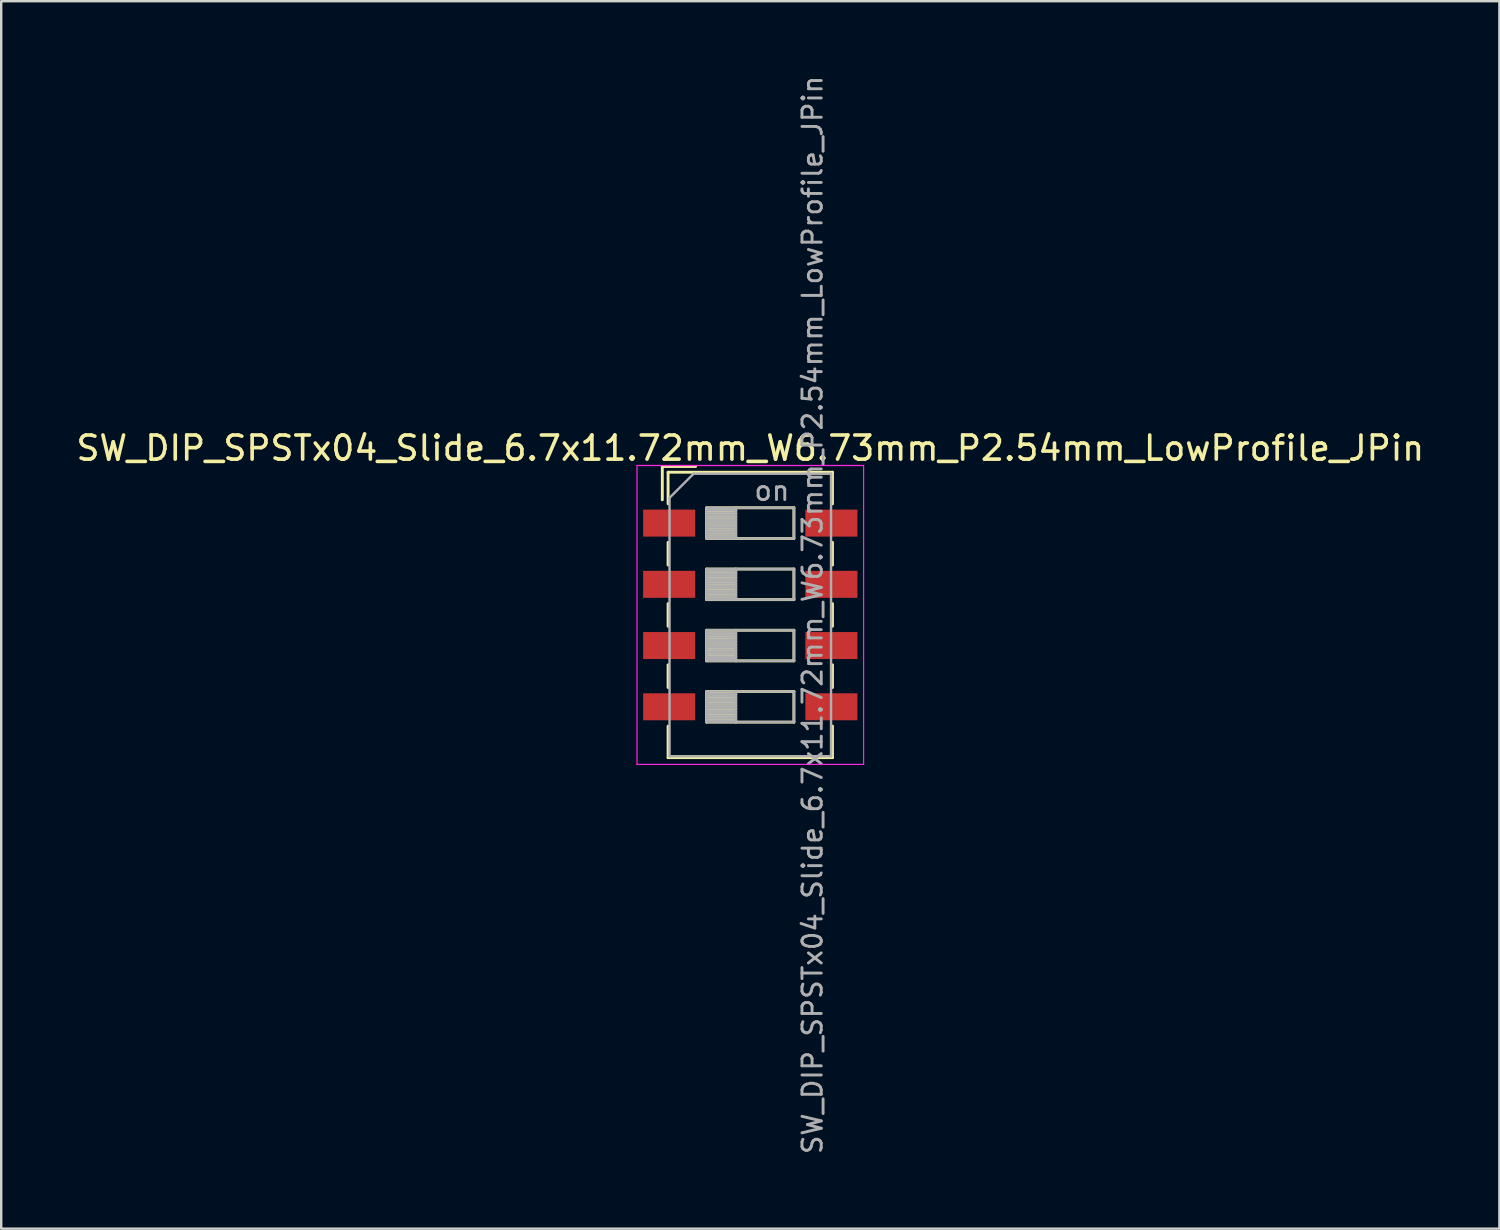
<source format=kicad_pcb>
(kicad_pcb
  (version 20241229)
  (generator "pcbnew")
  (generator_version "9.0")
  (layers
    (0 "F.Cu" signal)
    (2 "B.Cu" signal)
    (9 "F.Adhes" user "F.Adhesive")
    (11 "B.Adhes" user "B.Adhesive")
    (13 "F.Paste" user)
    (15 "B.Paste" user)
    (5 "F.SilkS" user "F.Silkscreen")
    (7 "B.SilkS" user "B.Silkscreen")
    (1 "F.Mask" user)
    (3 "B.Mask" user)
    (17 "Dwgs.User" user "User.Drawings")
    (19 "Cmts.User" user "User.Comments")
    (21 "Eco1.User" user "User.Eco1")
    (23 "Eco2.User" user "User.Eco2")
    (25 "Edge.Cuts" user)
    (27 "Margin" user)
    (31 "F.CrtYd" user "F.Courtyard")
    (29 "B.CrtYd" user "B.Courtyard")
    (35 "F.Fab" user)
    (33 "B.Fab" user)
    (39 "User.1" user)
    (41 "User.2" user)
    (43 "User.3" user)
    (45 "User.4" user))
  (footprint "SW_DIP_SPSTx04_Slide_6.7x11.72mm_W6.73mm_P2.54mm_LowProfile_JPin"
    (layer "F.Cu")
    (at 28.077 22.462)
    (property "Reference" "SW_DIP_SPSTx04_Slide_6.7x11.72mm_W6.73mm_P2.54mm_LowProfile_JPin" (at 0 -6.92 0) (layer "F.SilkS") (effects (font (size 1 1) (thickness 0.15))))
    (attr smd)
    (fp_line (start -3.65 -6.16) (end -3.65 -4.777) (stroke (width 0.12) (type solid)) (layer "F.SilkS"))
    (fp_line (start -3.65 -6.16) (end -2.267 -6.16) (stroke (width 0.12) (type solid)) (layer "F.SilkS"))
    (fp_line (start -3.41 -5.92) (end -3.41 -4.61) (stroke (width 0.12) (type solid)) (layer "F.SilkS"))
    (fp_line (start -3.41 -5.92) (end 3.41 -5.92) (stroke (width 0.12) (type solid)) (layer "F.SilkS"))
    (fp_line (start -3.41 -3.01) (end -3.41 -2.07) (stroke (width 0.12) (type solid)) (layer "F.SilkS"))
    (fp_line (start -3.41 -0.47) (end -3.41 0.47) (stroke (width 0.12) (type solid)) (layer "F.SilkS"))
    (fp_line (start -3.41 2.07) (end -3.41 3.01) (stroke (width 0.12) (type solid)) (layer "F.SilkS"))
    (fp_line (start -3.41 4.61) (end -3.41 5.92) (stroke (width 0.12) (type solid)) (layer "F.SilkS"))
    (fp_line (start -3.41 5.92) (end 3.41 5.92) (stroke (width 0.12) (type solid)) (layer "F.SilkS"))
    (fp_line (start -1.81 -4.445) (end -1.81 -3.175) (stroke (width 0.12) (type solid)) (layer "F.SilkS"))
    (fp_line (start -1.81 -4.325) (end -0.603 -4.325) (stroke (width 0.12) (type solid)) (layer "F.SilkS"))
    (fp_line (start -1.81 -4.205) (end -0.603 -4.205) (stroke (width 0.12) (type solid)) (layer "F.SilkS"))
    (fp_line (start -1.81 -4.085) (end -0.603 -4.085) (stroke (width 0.12) (type solid)) (layer "F.SilkS"))
    (fp_line (start -1.81 -3.965) (end -0.603 -3.965) (stroke (width 0.12) (type solid)) (layer "F.SilkS"))
    (fp_line (start -1.81 -3.845) (end -0.603 -3.845) (stroke (width 0.12) (type solid)) (layer "F.SilkS"))
    (fp_line (start -1.81 -3.725) (end -0.603 -3.725) (stroke (width 0.12) (type solid)) (layer "F.SilkS"))
    (fp_line (start -1.81 -3.605) (end -0.603 -3.605) (stroke (width 0.12) (type solid)) (layer "F.SilkS"))
    (fp_line (start -1.81 -3.485) (end -0.603 -3.485) (stroke (width 0.12) (type solid)) (layer "F.SilkS"))
    (fp_line (start -1.81 -3.365) (end -0.603 -3.365) (stroke (width 0.12) (type solid)) (layer "F.SilkS"))
    (fp_line (start -1.81 -3.245) (end -0.603 -3.245) (stroke (width 0.12) (type solid)) (layer "F.SilkS"))
    (fp_line (start -1.81 -3.175) (end 1.81 -3.175) (stroke (width 0.12) (type solid)) (layer "F.SilkS"))
    (fp_line (start -1.81 -1.905) (end -1.81 -0.635) (stroke (width 0.12) (type solid)) (layer "F.SilkS"))
    (fp_line (start -1.81 -1.785) (end -0.603 -1.785) (stroke (width 0.12) (type solid)) (layer "F.SilkS"))
    (fp_line (start -1.81 -1.665) (end -0.603 -1.665) (stroke (width 0.12) (type solid)) (layer "F.SilkS"))
    (fp_line (start -1.81 -1.545) (end -0.603 -1.545) (stroke (width 0.12) (type solid)) (layer "F.SilkS"))
    (fp_line (start -1.81 -1.425) (end -0.603 -1.425) (stroke (width 0.12) (type solid)) (layer "F.SilkS"))
    (fp_line (start -1.81 -1.305) (end -0.603 -1.305) (stroke (width 0.12) (type solid)) (layer "F.SilkS"))
    (fp_line (start -1.81 -1.185) (end -0.603 -1.185) (stroke (width 0.12) (type solid)) (layer "F.SilkS"))
    (fp_line (start -1.81 -1.065) (end -0.603 -1.065) (stroke (width 0.12) (type solid)) (layer "F.SilkS"))
    (fp_line (start -1.81 -0.945) (end -0.603 -0.945) (stroke (width 0.12) (type solid)) (layer "F.SilkS"))
    (fp_line (start -1.81 -0.825) (end -0.603 -0.825) (stroke (width 0.12) (type solid)) (layer "F.SilkS"))
    (fp_line (start -1.81 -0.705) (end -0.603 -0.705) (stroke (width 0.12) (type solid)) (layer "F.SilkS"))
    (fp_line (start -1.81 -0.635) (end 1.81 -0.635) (stroke (width 0.12) (type solid)) (layer "F.SilkS"))
    (fp_line (start -1.81 0.635) (end -1.81 1.905) (stroke (width 0.12) (type solid)) (layer "F.SilkS"))
    (fp_line (start -1.81 0.755) (end -0.603 0.755) (stroke (width 0.12) (type solid)) (layer "F.SilkS"))
    (fp_line (start -1.81 0.875) (end -0.603 0.875) (stroke (width 0.12) (type solid)) (layer "F.SilkS"))
    (fp_line (start -1.81 0.995) (end -0.603 0.995) (stroke (width 0.12) (type solid)) (layer "F.SilkS"))
    (fp_line (start -1.81 1.115) (end -0.603 1.115) (stroke (width 0.12) (type solid)) (layer "F.SilkS"))
    (fp_line (start -1.81 1.235) (end -0.603 1.235) (stroke (width 0.12) (type solid)) (layer "F.SilkS"))
    (fp_line (start -1.81 1.355) (end -0.603 1.355) (stroke (width 0.12) (type solid)) (layer "F.SilkS"))
    (fp_line (start -1.81 1.475) (end -0.603 1.475) (stroke (width 0.12) (type solid)) (layer "F.SilkS"))
    (fp_line (start -1.81 1.595) (end -0.603 1.595) (stroke (width 0.12) (type solid)) (layer "F.SilkS"))
    (fp_line (start -1.81 1.715) (end -0.603 1.715) (stroke (width 0.12) (type solid)) (layer "F.SilkS"))
    (fp_line (start -1.81 1.835) (end -0.603 1.835) (stroke (width 0.12) (type solid)) (layer "F.SilkS"))
    (fp_line (start -1.81 1.905) (end 1.81 1.905) (stroke (width 0.12) (type solid)) (layer "F.SilkS"))
    (fp_line (start -1.81 3.175) (end -1.81 4.445) (stroke (width 0.12) (type solid)) (layer "F.SilkS"))
    (fp_line (start -1.81 3.295) (end -0.603 3.295) (stroke (width 0.12) (type solid)) (layer "F.SilkS"))
    (fp_line (start -1.81 3.415) (end -0.603 3.415) (stroke (width 0.12) (type solid)) (layer "F.SilkS"))
    (fp_line (start -1.81 3.535) (end -0.603 3.535) (stroke (width 0.12) (type solid)) (layer "F.SilkS"))
    (fp_line (start -1.81 3.655) (end -0.603 3.655) (stroke (width 0.12) (type solid)) (layer "F.SilkS"))
    (fp_line (start -1.81 3.775) (end -0.603 3.775) (stroke (width 0.12) (type solid)) (layer "F.SilkS"))
    (fp_line (start -1.81 3.895) (end -0.603 3.895) (stroke (width 0.12) (type solid)) (layer "F.SilkS"))
    (fp_line (start -1.81 4.015) (end -0.603 4.015) (stroke (width 0.12) (type solid)) (layer "F.SilkS"))
    (fp_line (start -1.81 4.135) (end -0.603 4.135) (stroke (width 0.12) (type solid)) (layer "F.SilkS"))
    (fp_line (start -1.81 4.255) (end -0.603 4.255) (stroke (width 0.12) (type solid)) (layer "F.SilkS"))
    (fp_line (start -1.81 4.375) (end -0.603 4.375) (stroke (width 0.12) (type solid)) (layer "F.SilkS"))
    (fp_line (start -1.81 4.445) (end 1.81 4.445) (stroke (width 0.12) (type solid)) (layer "F.SilkS"))
    (fp_line (start -0.603 -4.445) (end -0.603 -3.175) (stroke (width 0.12) (type solid)) (layer "F.SilkS"))
    (fp_line (start -0.603 -1.905) (end -0.603 -0.635) (stroke (width 0.12) (type solid)) (layer "F.SilkS"))
    (fp_line (start -0.603 0.635) (end -0.603 1.905) (stroke (width 0.12) (type solid)) (layer "F.SilkS"))
    (fp_line (start -0.603 3.175) (end -0.603 4.445) (stroke (width 0.12) (type solid)) (layer "F.SilkS"))
    (fp_line (start 1.81 -4.445) (end -1.81 -4.445) (stroke (width 0.12) (type solid)) (layer "F.SilkS"))
    (fp_line (start 1.81 -3.175) (end 1.81 -4.445) (stroke (width 0.12) (type solid)) (layer "F.SilkS"))
    (fp_line (start 1.81 -1.905) (end -1.81 -1.905) (stroke (width 0.12) (type solid)) (layer "F.SilkS"))
    (fp_line (start 1.81 -0.635) (end 1.81 -1.905) (stroke (width 0.12) (type solid)) (layer "F.SilkS"))
    (fp_line (start 1.81 0.635) (end -1.81 0.635) (stroke (width 0.12) (type solid)) (layer "F.SilkS"))
    (fp_line (start 1.81 1.905) (end 1.81 0.635) (stroke (width 0.12) (type solid)) (layer "F.SilkS"))
    (fp_line (start 1.81 3.175) (end -1.81 3.175) (stroke (width 0.12) (type solid)) (layer "F.SilkS"))
    (fp_line (start 1.81 4.445) (end 1.81 3.175) (stroke (width 0.12) (type solid)) (layer "F.SilkS"))
    (fp_line (start 3.41 -5.92) (end 3.41 -4.61) (stroke (width 0.12) (type solid)) (layer "F.SilkS"))
    (fp_line (start 3.41 -3.01) (end 3.41 -2.07) (stroke (width 0.12) (type solid)) (layer "F.SilkS"))
    (fp_line (start 3.41 -0.47) (end 3.41 0.47) (stroke (width 0.12) (type solid)) (layer "F.SilkS"))
    (fp_line (start 3.41 2.07) (end 3.41 3.01) (stroke (width 0.12) (type solid)) (layer "F.SilkS"))
    (fp_line (start 3.41 4.61) (end 3.41 5.92) (stroke (width 0.12) (type solid)) (layer "F.SilkS"))
    (fp_line (start -4.7 -6.2) (end -4.7 6.2) (stroke (width 0.05) (type solid)) (layer "F.CrtYd"))
    (fp_line (start -4.7 6.2) (end 4.7 6.2) (stroke (width 0.05) (type solid)) (layer "F.CrtYd"))
    (fp_line (start 4.7 -6.2) (end -4.7 -6.2) (stroke (width 0.05) (type solid)) (layer "F.CrtYd"))
    (fp_line (start 4.7 6.2) (end 4.7 -6.2) (stroke (width 0.05) (type solid)) (layer "F.CrtYd"))
    (fp_line (start -3.35 -4.86) (end -2.35 -5.86) (stroke (width 0.1) (type solid)) (layer "F.Fab"))
    (fp_line (start -3.35 5.86) (end -3.35 -4.86) (stroke (width 0.1) (type solid)) (layer "F.Fab"))
    (fp_line (start -2.35 -5.86) (end 3.35 -5.86) (stroke (width 0.1) (type solid)) (layer "F.Fab"))
    (fp_line (start -1.81 -4.445) (end -1.81 -3.175) (stroke (width 0.1) (type solid)) (layer "F.Fab"))
    (fp_line (start -1.81 -4.345) (end -0.603 -4.345) (stroke (width 0.1) (type solid)) (layer "F.Fab"))
    (fp_line (start -1.81 -4.245) (end -0.603 -4.245) (stroke (width 0.1) (type solid)) (layer "F.Fab"))
    (fp_line (start -1.81 -4.145) (end -0.603 -4.145) (stroke (width 0.1) (type solid)) (layer "F.Fab"))
    (fp_line (start -1.81 -4.045) (end -0.603 -4.045) (stroke (width 0.1) (type solid)) (layer "F.Fab"))
    (fp_line (start -1.81 -3.945) (end -0.603 -3.945) (stroke (width 0.1) (type solid)) (layer "F.Fab"))
    (fp_line (start -1.81 -3.845) (end -0.603 -3.845) (stroke (width 0.1) (type solid)) (layer "F.Fab"))
    (fp_line (start -1.81 -3.745) (end -0.603 -3.745) (stroke (width 0.1) (type solid)) (layer "F.Fab"))
    (fp_line (start -1.81 -3.645) (end -0.603 -3.645) (stroke (width 0.1) (type solid)) (layer "F.Fab"))
    (fp_line (start -1.81 -3.545) (end -0.603 -3.545) (stroke (width 0.1) (type solid)) (layer "F.Fab"))
    (fp_line (start -1.81 -3.445) (end -0.603 -3.445) (stroke (width 0.1) (type solid)) (layer "F.Fab"))
    (fp_line (start -1.81 -3.345) (end -0.603 -3.345) (stroke (width 0.1) (type solid)) (layer "F.Fab"))
    (fp_line (start -1.81 -3.245) (end -0.603 -3.245) (stroke (width 0.1) (type solid)) (layer "F.Fab"))
    (fp_line (start -1.81 -3.175) (end 1.81 -3.175) (stroke (width 0.1) (type solid)) (layer "F.Fab"))
    (fp_line (start -1.81 -1.905) (end -1.81 -0.635) (stroke (width 0.1) (type solid)) (layer "F.Fab"))
    (fp_line (start -1.81 -1.805) (end -0.603 -1.805) (stroke (width 0.1) (type solid)) (layer "F.Fab"))
    (fp_line (start -1.81 -1.705) (end -0.603 -1.705) (stroke (width 0.1) (type solid)) (layer "F.Fab"))
    (fp_line (start -1.81 -1.605) (end -0.603 -1.605) (stroke (width 0.1) (type solid)) (layer "F.Fab"))
    (fp_line (start -1.81 -1.505) (end -0.603 -1.505) (stroke (width 0.1) (type solid)) (layer "F.Fab"))
    (fp_line (start -1.81 -1.405) (end -0.603 -1.405) (stroke (width 0.1) (type solid)) (layer "F.Fab"))
    (fp_line (start -1.81 -1.305) (end -0.603 -1.305) (stroke (width 0.1) (type solid)) (layer "F.Fab"))
    (fp_line (start -1.81 -1.205) (end -0.603 -1.205) (stroke (width 0.1) (type solid)) (layer "F.Fab"))
    (fp_line (start -1.81 -1.105) (end -0.603 -1.105) (stroke (width 0.1) (type solid)) (layer "F.Fab"))
    (fp_line (start -1.81 -1.005) (end -0.603 -1.005) (stroke (width 0.1) (type solid)) (layer "F.Fab"))
    (fp_line (start -1.81 -0.905) (end -0.603 -0.905) (stroke (width 0.1) (type solid)) (layer "F.Fab"))
    (fp_line (start -1.81 -0.805) (end -0.603 -0.805) (stroke (width 0.1) (type solid)) (layer "F.Fab"))
    (fp_line (start -1.81 -0.705) (end -0.603 -0.705) (stroke (width 0.1) (type solid)) (layer "F.Fab"))
    (fp_line (start -1.81 -0.635) (end 1.81 -0.635) (stroke (width 0.1) (type solid)) (layer "F.Fab"))
    (fp_line (start -1.81 0.635) (end -1.81 1.905) (stroke (width 0.1) (type solid)) (layer "F.Fab"))
    (fp_line (start -1.81 0.735) (end -0.603 0.735) (stroke (width 0.1) (type solid)) (layer "F.Fab"))
    (fp_line (start -1.81 0.835) (end -0.603 0.835) (stroke (width 0.1) (type solid)) (layer "F.Fab"))
    (fp_line (start -1.81 0.935) (end -0.603 0.935) (stroke (width 0.1) (type solid)) (layer "F.Fab"))
    (fp_line (start -1.81 1.035) (end -0.603 1.035) (stroke (width 0.1) (type solid)) (layer "F.Fab"))
    (fp_line (start -1.81 1.135) (end -0.603 1.135) (stroke (width 0.1) (type solid)) (layer "F.Fab"))
    (fp_line (start -1.81 1.235) (end -0.603 1.235) (stroke (width 0.1) (type solid)) (layer "F.Fab"))
    (fp_line (start -1.81 1.335) (end -0.603 1.335) (stroke (width 0.1) (type solid)) (layer "F.Fab"))
    (fp_line (start -1.81 1.435) (end -0.603 1.435) (stroke (width 0.1) (type solid)) (layer "F.Fab"))
    (fp_line (start -1.81 1.535) (end -0.603 1.535) (stroke (width 0.1) (type solid)) (layer "F.Fab"))
    (fp_line (start -1.81 1.635) (end -0.603 1.635) (stroke (width 0.1) (type solid)) (layer "F.Fab"))
    (fp_line (start -1.81 1.735) (end -0.603 1.735) (stroke (width 0.1) (type solid)) (layer "F.Fab"))
    (fp_line (start -1.81 1.835) (end -0.603 1.835) (stroke (width 0.1) (type solid)) (layer "F.Fab"))
    (fp_line (start -1.81 1.905) (end 1.81 1.905) (stroke (width 0.1) (type solid)) (layer "F.Fab"))
    (fp_line (start -1.81 3.175) (end -1.81 4.445) (stroke (width 0.1) (type solid)) (layer "F.Fab"))
    (fp_line (start -1.81 3.275) (end -0.603 3.275) (stroke (width 0.1) (type solid)) (layer "F.Fab"))
    (fp_line (start -1.81 3.375) (end -0.603 3.375) (stroke (width 0.1) (type solid)) (layer "F.Fab"))
    (fp_line (start -1.81 3.475) (end -0.603 3.475) (stroke (width 0.1) (type solid)) (layer "F.Fab"))
    (fp_line (start -1.81 3.575) (end -0.603 3.575) (stroke (width 0.1) (type solid)) (layer "F.Fab"))
    (fp_line (start -1.81 3.675) (end -0.603 3.675) (stroke (width 0.1) (type solid)) (layer "F.Fab"))
    (fp_line (start -1.81 3.775) (end -0.603 3.775) (stroke (width 0.1) (type solid)) (layer "F.Fab"))
    (fp_line (start -1.81 3.875) (end -0.603 3.875) (stroke (width 0.1) (type solid)) (layer "F.Fab"))
    (fp_line (start -1.81 3.975) (end -0.603 3.975) (stroke (width 0.1) (type solid)) (layer "F.Fab"))
    (fp_line (start -1.81 4.075) (end -0.603 4.075) (stroke (width 0.1) (type solid)) (layer "F.Fab"))
    (fp_line (start -1.81 4.175) (end -0.603 4.175) (stroke (width 0.1) (type solid)) (layer "F.Fab"))
    (fp_line (start -1.81 4.275) (end -0.603 4.275) (stroke (width 0.1) (type solid)) (layer "F.Fab"))
    (fp_line (start -1.81 4.375) (end -0.603 4.375) (stroke (width 0.1) (type solid)) (layer "F.Fab"))
    (fp_line (start -1.81 4.445) (end 1.81 4.445) (stroke (width 0.1) (type solid)) (layer "F.Fab"))
    (fp_line (start -0.603 -4.445) (end -0.603 -3.175) (stroke (width 0.1) (type solid)) (layer "F.Fab"))
    (fp_line (start -0.603 -1.905) (end -0.603 -0.635) (stroke (width 0.1) (type solid)) (layer "F.Fab"))
    (fp_line (start -0.603 0.635) (end -0.603 1.905) (stroke (width 0.1) (type solid)) (layer "F.Fab"))
    (fp_line (start -0.603 3.175) (end -0.603 4.445) (stroke (width 0.1) (type solid)) (layer "F.Fab"))
    (fp_line (start 1.81 -4.445) (end -1.81 -4.445) (stroke (width 0.1) (type solid)) (layer "F.Fab"))
    (fp_line (start 1.81 -3.175) (end 1.81 -4.445) (stroke (width 0.1) (type solid)) (layer "F.Fab"))
    (fp_line (start 1.81 -1.905) (end -1.81 -1.905) (stroke (width 0.1) (type solid)) (layer "F.Fab"))
    (fp_line (start 1.81 -0.635) (end 1.81 -1.905) (stroke (width 0.1) (type solid)) (layer "F.Fab"))
    (fp_line (start 1.81 0.635) (end -1.81 0.635) (stroke (width 0.1) (type solid)) (layer "F.Fab"))
    (fp_line (start 1.81 1.905) (end 1.81 0.635) (stroke (width 0.1) (type solid)) (layer "F.Fab"))
    (fp_line (start 1.81 3.175) (end -1.81 3.175) (stroke (width 0.1) (type solid)) (layer "F.Fab"))
    (fp_line (start 1.81 4.445) (end 1.81 3.175) (stroke (width 0.1) (type solid)) (layer "F.Fab"))
    (fp_line (start 3.35 -5.86) (end 3.35 5.86) (stroke (width 0.1) (type solid)) (layer "F.Fab"))
    (fp_line (start 3.35 5.86) (end -3.35 5.86) (stroke (width 0.1) (type solid)) (layer "F.Fab"))
    (fp_text user "${REFERENCE}" (at 2.58 0 90) (layer "F.Fab") (effects (font (size 0.8 0.8) (thickness 0.12))))
    (fp_text user "on" (at 0.897 -5.152 0) (layer "F.Fab") (effects (font (size 0.8 0.8) (thickness 0.12))))
    (pad "1" smd rect (at -3.365 -3.81) (size 2.16 1.12) (layers "F.Cu" "F.Mask" "F.Paste"))
    (pad "2" smd rect (at -3.365 -1.27) (size 2.16 1.12) (layers "F.Cu" "F.Mask" "F.Paste"))
    (pad "3" smd rect (at -3.365 1.27) (size 2.16 1.12) (layers "F.Cu" "F.Mask" "F.Paste"))
    (pad "4" smd rect (at -3.365 3.81) (size 2.16 1.12) (layers "F.Cu" "F.Mask" "F.Paste"))
    (pad "5" smd rect (at 3.365 3.81) (size 2.16 1.12) (layers "F.Cu" "F.Mask" "F.Paste"))
    (pad "6" smd rect (at 3.365 1.27) (size 2.16 1.12) (layers "F.Cu" "F.Mask" "F.Paste"))
    (pad "7" smd rect (at 3.365 -1.27) (size 2.16 1.12) (layers "F.Cu" "F.Mask" "F.Paste"))
    (pad "8" smd rect (at 3.365 -3.81) (size 2.16 1.12) (layers "F.Cu" "F.Mask" "F.Paste")))
  (gr_rect
    (start -3 -3)
    (end 59.155 47.924)
    (stroke (width 0.1) (type default))
    (fill no)
    (layer "Edge.Cuts")))
</source>
